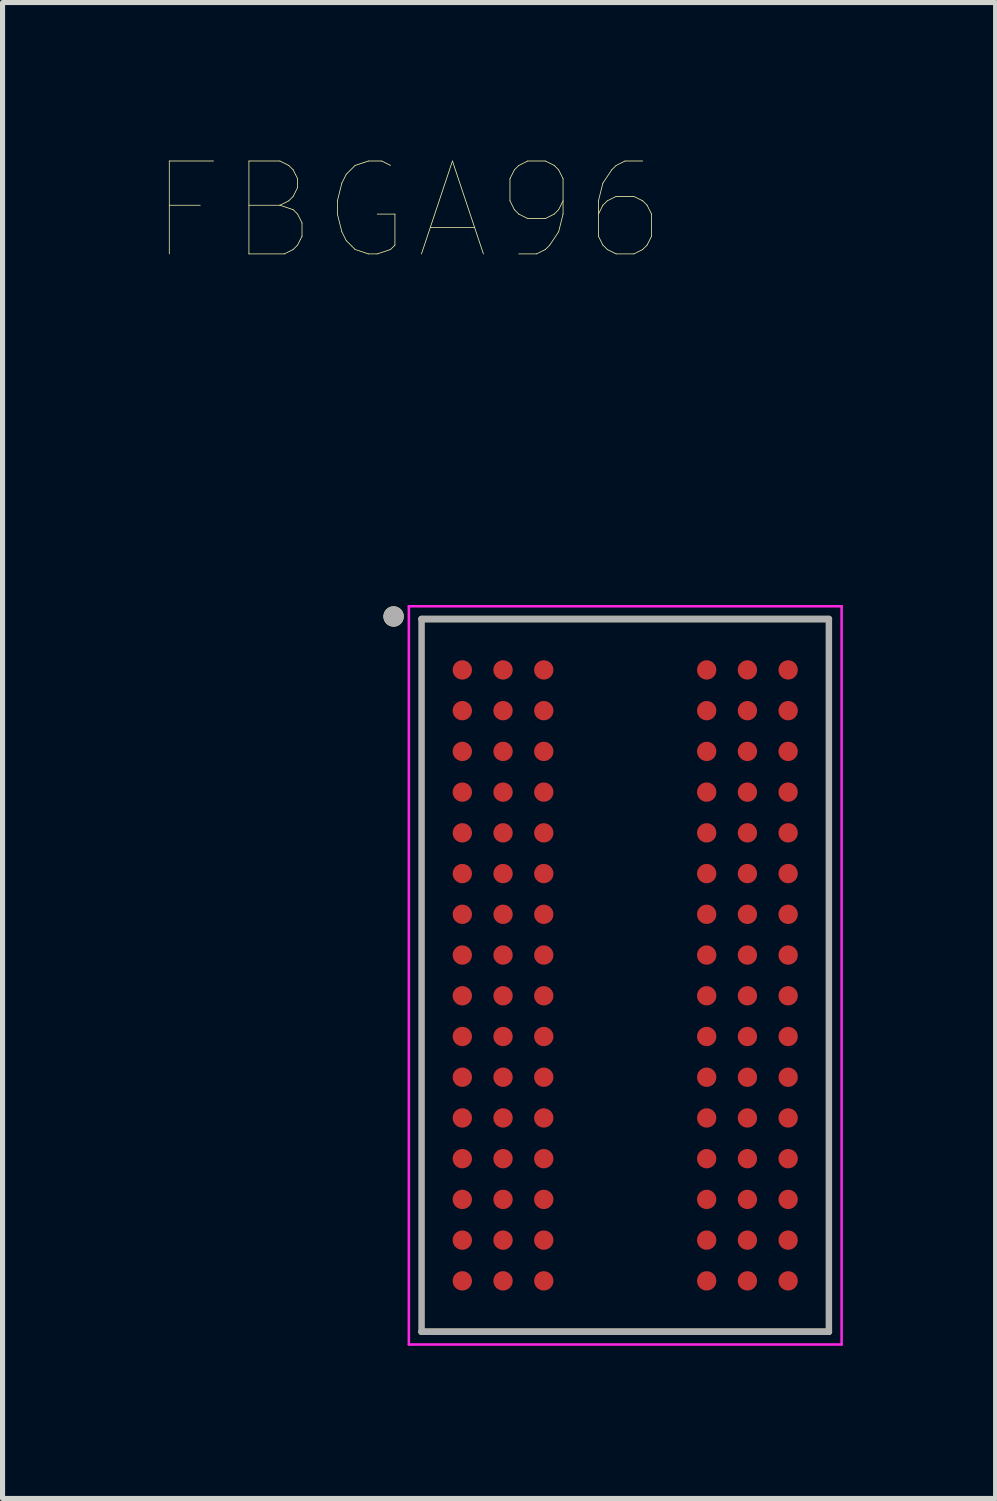
<source format=kicad_pcb>
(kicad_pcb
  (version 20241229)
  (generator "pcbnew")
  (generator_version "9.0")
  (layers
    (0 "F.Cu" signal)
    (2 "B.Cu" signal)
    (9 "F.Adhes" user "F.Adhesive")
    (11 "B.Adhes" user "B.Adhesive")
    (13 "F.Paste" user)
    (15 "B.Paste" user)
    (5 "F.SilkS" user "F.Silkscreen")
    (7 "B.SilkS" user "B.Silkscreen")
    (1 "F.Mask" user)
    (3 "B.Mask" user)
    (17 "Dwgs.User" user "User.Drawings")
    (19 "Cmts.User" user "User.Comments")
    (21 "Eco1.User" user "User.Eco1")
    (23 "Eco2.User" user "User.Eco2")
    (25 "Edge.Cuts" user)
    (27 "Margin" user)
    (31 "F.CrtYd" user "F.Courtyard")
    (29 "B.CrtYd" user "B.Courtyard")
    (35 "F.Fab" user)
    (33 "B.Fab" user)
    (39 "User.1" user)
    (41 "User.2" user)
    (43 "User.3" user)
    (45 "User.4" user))
  (footprint "FBGA96"
    (layer "F.Cu")
    (at 9.231 16.109)
    (property "Reference" "FBGA96" (at -4.263 -15.015 0) (layer "F.SilkS") (effects (font (size 1.825 1.825) (thickness 0.015))))
    (attr through_hole)
    (fp_line (start 4 -7) (end -4 -7) (stroke (width 0.127) (type solid)) (layer "F.SilkS"))
    (fp_line (start 4 7) (end -4 7) (stroke (width 0.127) (type solid)) (layer "F.SilkS"))
    (fp_circle (center -4.55 -7.05) (end -4.35 -7.05) (stroke (width 0) (type solid)) (fill yes) (layer "F.SilkS"))
    (fp_line (start -4.25 -7.25) (end 4.25 -7.25) (stroke (width 0.05) (type solid)) (layer "F.CrtYd"))
    (fp_line (start -4.25 7.25) (end -4.25 -7.25) (stroke (width 0.05) (type solid)) (layer "F.CrtYd"))
    (fp_line (start -4.25 7.25) (end 4.25 7.25) (stroke (width 0.05) (type solid)) (layer "F.CrtYd"))
    (fp_line (start 4.25 7.25) (end 4.25 -7.25) (stroke (width 0.05) (type solid)) (layer "F.CrtYd"))
    (fp_line (start -4 7) (end -4 -7) (stroke (width 0.127) (type solid)) (layer "F.Fab"))
    (fp_line (start 4 -7) (end -4 -7) (stroke (width 0.127) (type solid)) (layer "F.Fab"))
    (fp_line (start 4 7) (end -4 7) (stroke (width 0.127) (type solid)) (layer "F.Fab"))
    (fp_line (start 4 7) (end 4 -7) (stroke (width 0.127) (type solid)) (layer "F.Fab"))
    (fp_circle (center -4.55 -7.05) (end -4.35 -7.05) (stroke (width 0) (type solid)) (fill yes) (layer "F.Fab"))
    (pad "A1" smd circle (at -3.2 -6) (size 0.38 0.38) (layers "F.Cu" "F.Mask" "F.Paste"))
    (pad "A2" smd circle (at -2.4 -6) (size 0.38 0.38) (layers "F.Cu" "F.Mask" "F.Paste"))
    (pad "A3" smd circle (at -1.6 -6) (size 0.38 0.38) (layers "F.Cu" "F.Mask" "F.Paste"))
    (pad "A7" smd circle (at 1.6 -6) (size 0.38 0.38) (layers "F.Cu" "F.Mask" "F.Paste"))
    (pad "A8" smd circle (at 2.4 -6) (size 0.38 0.38) (layers "F.Cu" "F.Mask" "F.Paste"))
    (pad "A9" smd circle (at 3.2 -6) (size 0.38 0.38) (layers "F.Cu" "F.Mask" "F.Paste"))
    (pad "B1" smd circle (at -3.2 -5.2) (size 0.38 0.38) (layers "F.Cu" "F.Mask" "F.Paste"))
    (pad "B2" smd circle (at -2.4 -5.2) (size 0.38 0.38) (layers "F.Cu" "F.Mask" "F.Paste"))
    (pad "B3" smd circle (at -1.6 -5.2) (size 0.38 0.38) (layers "F.Cu" "F.Mask" "F.Paste"))
    (pad "B7" smd circle (at 1.6 -5.2) (size 0.38 0.38) (layers "F.Cu" "F.Mask" "F.Paste"))
    (pad "B8" smd circle (at 2.4 -5.2) (size 0.38 0.38) (layers "F.Cu" "F.Mask" "F.Paste"))
    (pad "B9" smd circle (at 3.2 -5.2) (size 0.38 0.38) (layers "F.Cu" "F.Mask" "F.Paste"))
    (pad "C1" smd circle (at -3.2 -4.4) (size 0.38 0.38) (layers "F.Cu" "F.Mask" "F.Paste"))
    (pad "C2" smd circle (at -2.4 -4.4) (size 0.38 0.38) (layers "F.Cu" "F.Mask" "F.Paste"))
    (pad "C3" smd circle (at -1.6 -4.4) (size 0.38 0.38) (layers "F.Cu" "F.Mask" "F.Paste"))
    (pad "C7" smd circle (at 1.6 -4.4) (size 0.38 0.38) (layers "F.Cu" "F.Mask" "F.Paste"))
    (pad "C8" smd circle (at 2.4 -4.4) (size 0.38 0.38) (layers "F.Cu" "F.Mask" "F.Paste"))
    (pad "C9" smd circle (at 3.2 -4.4) (size 0.38 0.38) (layers "F.Cu" "F.Mask" "F.Paste"))
    (pad "D1" smd circle (at -3.2 -3.6) (size 0.38 0.38) (layers "F.Cu" "F.Mask" "F.Paste"))
    (pad "D2" smd circle (at -2.4 -3.6) (size 0.38 0.38) (layers "F.Cu" "F.Mask" "F.Paste"))
    (pad "D3" smd circle (at -1.6 -3.6) (size 0.38 0.38) (layers "F.Cu" "F.Mask" "F.Paste"))
    (pad "D7" smd circle (at 1.6 -3.6) (size 0.38 0.38) (layers "F.Cu" "F.Mask" "F.Paste"))
    (pad "D8" smd circle (at 2.4 -3.6) (size 0.38 0.38) (layers "F.Cu" "F.Mask" "F.Paste"))
    (pad "D9" smd circle (at 3.2 -3.6) (size 0.38 0.38) (layers "F.Cu" "F.Mask" "F.Paste"))
    (pad "E1" smd circle (at -3.2 -2.8) (size 0.38 0.38) (layers "F.Cu" "F.Mask" "F.Paste"))
    (pad "E2" smd circle (at -2.4 -2.8) (size 0.38 0.38) (layers "F.Cu" "F.Mask" "F.Paste"))
    (pad "E3" smd circle (at -1.6 -2.8) (size 0.38 0.38) (layers "F.Cu" "F.Mask" "F.Paste"))
    (pad "E7" smd circle (at 1.6 -2.8) (size 0.38 0.38) (layers "F.Cu" "F.Mask" "F.Paste"))
    (pad "E8" smd circle (at 2.4 -2.8) (size 0.38 0.38) (layers "F.Cu" "F.Mask" "F.Paste"))
    (pad "E9" smd circle (at 3.2 -2.8) (size 0.38 0.38) (layers "F.Cu" "F.Mask" "F.Paste"))
    (pad "F1" smd circle (at -3.2 -2) (size 0.38 0.38) (layers "F.Cu" "F.Mask" "F.Paste"))
    (pad "F2" smd circle (at -2.4 -2) (size 0.38 0.38) (layers "F.Cu" "F.Mask" "F.Paste"))
    (pad "F3" smd circle (at -1.6 -2) (size 0.38 0.38) (layers "F.Cu" "F.Mask" "F.Paste"))
    (pad "F7" smd circle (at 1.6 -2) (size 0.38 0.38) (layers "F.Cu" "F.Mask" "F.Paste"))
    (pad "F8" smd circle (at 2.4 -2) (size 0.38 0.38) (layers "F.Cu" "F.Mask" "F.Paste"))
    (pad "F9" smd circle (at 3.2 -2) (size 0.38 0.38) (layers "F.Cu" "F.Mask" "F.Paste"))
    (pad "G1" smd circle (at -3.2 -1.2) (size 0.38 0.38) (layers "F.Cu" "F.Mask" "F.Paste"))
    (pad "G2" smd circle (at -2.4 -1.2) (size 0.38 0.38) (layers "F.Cu" "F.Mask" "F.Paste"))
    (pad "G3" smd circle (at -1.6 -1.2) (size 0.38 0.38) (layers "F.Cu" "F.Mask" "F.Paste"))
    (pad "G7" smd circle (at 1.6 -1.2) (size 0.38 0.38) (layers "F.Cu" "F.Mask" "F.Paste"))
    (pad "G8" smd circle (at 2.4 -1.2) (size 0.38 0.38) (layers "F.Cu" "F.Mask" "F.Paste"))
    (pad "G9" smd circle (at 3.2 -1.2) (size 0.38 0.38) (layers "F.Cu" "F.Mask" "F.Paste"))
    (pad "H1" smd circle (at -3.2 -0.4) (size 0.38 0.38) (layers "F.Cu" "F.Mask" "F.Paste"))
    (pad "H2" smd circle (at -2.4 -0.4) (size 0.38 0.38) (layers "F.Cu" "F.Mask" "F.Paste"))
    (pad "H3" smd circle (at -1.6 -0.4) (size 0.38 0.38) (layers "F.Cu" "F.Mask" "F.Paste"))
    (pad "H7" smd circle (at 1.6 -0.4) (size 0.38 0.38) (layers "F.Cu" "F.Mask" "F.Paste"))
    (pad "H8" smd circle (at 2.4 -0.4) (size 0.38 0.38) (layers "F.Cu" "F.Mask" "F.Paste"))
    (pad "H9" smd circle (at 3.2 -0.4) (size 0.38 0.38) (layers "F.Cu" "F.Mask" "F.Paste"))
    (pad "J1" smd circle (at -3.2 0.4) (size 0.38 0.38) (layers "F.Cu" "F.Mask" "F.Paste"))
    (pad "J2" smd circle (at -2.4 0.4) (size 0.38 0.38) (layers "F.Cu" "F.Mask" "F.Paste"))
    (pad "J3" smd circle (at -1.6 0.4) (size 0.38 0.38) (layers "F.Cu" "F.Mask" "F.Paste"))
    (pad "J7" smd circle (at 1.6 0.4) (size 0.38 0.38) (layers "F.Cu" "F.Mask" "F.Paste"))
    (pad "J8" smd circle (at 2.4 0.4) (size 0.38 0.38) (layers "F.Cu" "F.Mask" "F.Paste"))
    (pad "J9" smd circle (at 3.2 0.4) (size 0.38 0.38) (layers "F.Cu" "F.Mask" "F.Paste"))
    (pad "K1" smd circle (at -3.2 1.2) (size 0.38 0.38) (layers "F.Cu" "F.Mask" "F.Paste"))
    (pad "K2" smd circle (at -2.4 1.2) (size 0.38 0.38) (layers "F.Cu" "F.Mask" "F.Paste"))
    (pad "K3" smd circle (at -1.6 1.2) (size 0.38 0.38) (layers "F.Cu" "F.Mask" "F.Paste"))
    (pad "K7" smd circle (at 1.6 1.2) (size 0.38 0.38) (layers "F.Cu" "F.Mask" "F.Paste"))
    (pad "K8" smd circle (at 2.4 1.2) (size 0.38 0.38) (layers "F.Cu" "F.Mask" "F.Paste"))
    (pad "K9" smd circle (at 3.2 1.2) (size 0.38 0.38) (layers "F.Cu" "F.Mask" "F.Paste"))
    (pad "L1" smd circle (at -3.2 2) (size 0.38 0.38) (layers "F.Cu" "F.Mask" "F.Paste"))
    (pad "L2" smd circle (at -2.4 2) (size 0.38 0.38) (layers "F.Cu" "F.Mask" "F.Paste"))
    (pad "L3" smd circle (at -1.6 2) (size 0.38 0.38) (layers "F.Cu" "F.Mask" "F.Paste"))
    (pad "L7" smd circle (at 1.6 2) (size 0.38 0.38) (layers "F.Cu" "F.Mask" "F.Paste"))
    (pad "L8" smd circle (at 2.4 2) (size 0.38 0.38) (layers "F.Cu" "F.Mask" "F.Paste"))
    (pad "L9" smd circle (at 3.2 2) (size 0.38 0.38) (layers "F.Cu" "F.Mask" "F.Paste"))
    (pad "M1" smd circle (at -3.2 2.8) (size 0.38 0.38) (layers "F.Cu" "F.Mask" "F.Paste"))
    (pad "M2" smd circle (at -2.4 2.8) (size 0.38 0.38) (layers "F.Cu" "F.Mask" "F.Paste"))
    (pad "M3" smd circle (at -1.6 2.8) (size 0.38 0.38) (layers "F.Cu" "F.Mask" "F.Paste"))
    (pad "M7" smd circle (at 1.6 2.8) (size 0.38 0.38) (layers "F.Cu" "F.Mask" "F.Paste"))
    (pad "M8" smd circle (at 2.4 2.8) (size 0.38 0.38) (layers "F.Cu" "F.Mask" "F.Paste"))
    (pad "M9" smd circle (at 3.2 2.8) (size 0.38 0.38) (layers "F.Cu" "F.Mask" "F.Paste"))
    (pad "N1" smd circle (at -3.2 3.6) (size 0.38 0.38) (layers "F.Cu" "F.Mask" "F.Paste"))
    (pad "N2" smd circle (at -2.4 3.6) (size 0.38 0.38) (layers "F.Cu" "F.Mask" "F.Paste"))
    (pad "N3" smd circle (at -1.6 3.6) (size 0.38 0.38) (layers "F.Cu" "F.Mask" "F.Paste"))
    (pad "N7" smd circle (at 1.6 3.6) (size 0.38 0.38) (layers "F.Cu" "F.Mask" "F.Paste"))
    (pad "N8" smd circle (at 2.4 3.6) (size 0.38 0.38) (layers "F.Cu" "F.Mask" "F.Paste"))
    (pad "N9" smd circle (at 3.2 3.6) (size 0.38 0.38) (layers "F.Cu" "F.Mask" "F.Paste"))
    (pad "P1" smd circle (at -3.2 4.4) (size 0.38 0.38) (layers "F.Cu" "F.Mask" "F.Paste"))
    (pad "P2" smd circle (at -2.4 4.4) (size 0.38 0.38) (layers "F.Cu" "F.Mask" "F.Paste"))
    (pad "P3" smd circle (at -1.6 4.4) (size 0.38 0.38) (layers "F.Cu" "F.Mask" "F.Paste"))
    (pad "P7" smd circle (at 1.6 4.4) (size 0.38 0.38) (layers "F.Cu" "F.Mask" "F.Paste"))
    (pad "P8" smd circle (at 2.4 4.4) (size 0.38 0.38) (layers "F.Cu" "F.Mask" "F.Paste"))
    (pad "P9" smd circle (at 3.2 4.4) (size 0.38 0.38) (layers "F.Cu" "F.Mask" "F.Paste"))
    (pad "R1" smd circle (at -3.2 5.2) (size 0.38 0.38) (layers "F.Cu" "F.Mask" "F.Paste"))
    (pad "R2" smd circle (at -2.4 5.2) (size 0.38 0.38) (layers "F.Cu" "F.Mask" "F.Paste"))
    (pad "R3" smd circle (at -1.6 5.2) (size 0.38 0.38) (layers "F.Cu" "F.Mask" "F.Paste"))
    (pad "R7" smd circle (at 1.6 5.2) (size 0.38 0.38) (layers "F.Cu" "F.Mask" "F.Paste"))
    (pad "R8" smd circle (at 2.4 5.2) (size 0.38 0.38) (layers "F.Cu" "F.Mask" "F.Paste"))
    (pad "R9" smd circle (at 3.2 5.2) (size 0.38 0.38) (layers "F.Cu" "F.Mask" "F.Paste"))
    (pad "T1" smd circle (at -3.2 6) (size 0.38 0.38) (layers "F.Cu" "F.Mask" "F.Paste"))
    (pad "T2" smd circle (at -2.4 6) (size 0.38 0.38) (layers "F.Cu" "F.Mask" "F.Paste"))
    (pad "T3" smd circle (at -1.6 6) (size 0.38 0.38) (layers "F.Cu" "F.Mask" "F.Paste"))
    (pad "T7" smd circle (at 1.6 6) (size 0.38 0.38) (layers "F.Cu" "F.Mask" "F.Paste"))
    (pad "T8" smd circle (at 2.4 6) (size 0.38 0.38) (layers "F.Cu" "F.Mask" "F.Paste"))
    (pad "T9" smd circle (at 3.2 6) (size 0.38 0.38) (layers "F.Cu" "F.Mask" "F.Paste")))
  (gr_rect
    (start -3 -3)
    (end 16.506 26.384)
    (stroke (width 0.1) (type default))
    (fill no)
    (layer "Edge.Cuts")))
</source>
